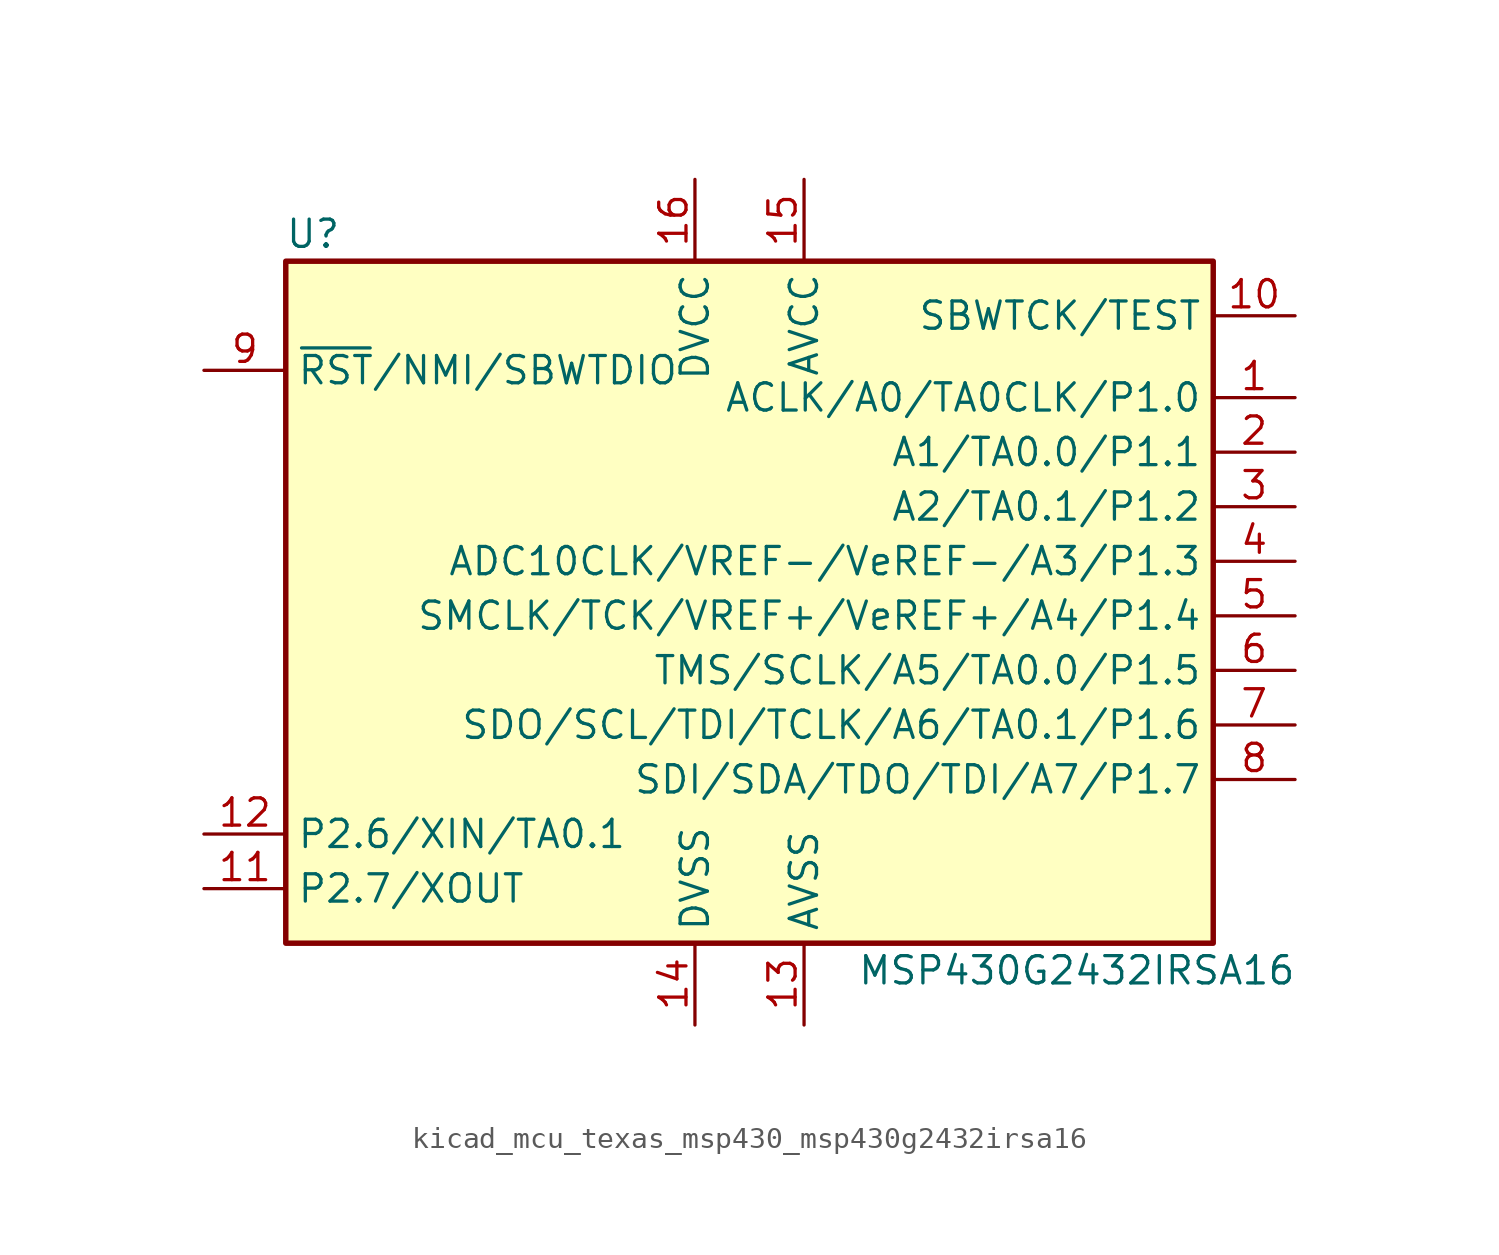
<source format=kicad_sym>
(kicad_symbol_lib
  (version 20220914)
  (generator kicad_symbol_editor)
  (symbol "kicad_mcu_texas_msp430_msp430g2432irsa16"
    (property "Reference" "U"
      (at -20.32 17.78 0)
      (effects (font (size 1.27 1.27))))
    (property "Value" "MSP430G2432IRSA16"
      (at 15.24 -16.51 0)
      (effects (font (size 1.27 1.27))))
    (symbol "kicad_mcu_texas_msp430_msp430g2432irsa16_0_1"
      (rectangle (start -21.59 16.51) (end 21.59 -15.24) (stroke (width 0.254) (type default)) (fill (type background))))
    (symbol "kicad_mcu_texas_msp430_msp430g2432irsa16_1_1"
      (pin bidirectional line (at 25.4 10.16 180) (length 3.81) (name "ACLK/A0/TA0CLK/P1.0" (effects (font (size 1.27 1.27)))) (number "1" (effects (font (size 1.27 1.27)))))
      (pin input line (at 25.4 13.97 180) (length 3.81) (name "SBWTCK/TEST" (effects (font (size 1.27 1.27)))) (number "10" (effects (font (size 1.27 1.27)))))
      (pin bidirectional line (at -25.4 -12.7 0) (length 3.81) (name "P2.7/XOUT" (effects (font (size 1.27 1.27)))) (number "11" (effects (font (size 1.27 1.27)))))
      (pin bidirectional line (at -25.4 -10.16 0) (length 3.81) (name "P2.6/XIN/TA0.1" (effects (font (size 1.27 1.27)))) (number "12" (effects (font (size 1.27 1.27)))))
      (pin power_in line (at 2.54 -19.05 90) (length 3.81) (name "AVSS" (effects (font (size 1.27 1.27)))) (number "13" (effects (font (size 1.27 1.27)))))
      (pin power_in line (at -2.54 -19.05 90) (length 3.81) (name "DVSS" (effects (font (size 1.27 1.27)))) (number "14" (effects (font (size 1.27 1.27)))))
      (pin power_in line (at 2.54 20.32 270) (length 3.81) (name "AVCC" (effects (font (size 1.27 1.27)))) (number "15" (effects (font (size 1.27 1.27)))))
      (pin power_in line (at -2.54 20.32 270) (length 3.81) (name "DVCC" (effects (font (size 1.27 1.27)))) (number "16" (effects (font (size 1.27 1.27)))))
      (pin bidirectional line (at 25.4 7.62 180) (length 3.81) (name "A1/TA0.0/P1.1" (effects (font (size 1.27 1.27)))) (number "2" (effects (font (size 1.27 1.27)))))
      (pin bidirectional line (at 25.4 5.08 180) (length 3.81) (name "A2/TA0.1/P1.2" (effects (font (size 1.27 1.27)))) (number "3" (effects (font (size 1.27 1.27)))))
      (pin bidirectional line (at 25.4 2.54 180) (length 3.81) (name "ADC10CLK/VREF-/VeREF-/A3/P1.3" (effects (font (size 1.27 1.27)))) (number "4" (effects (font (size 1.27 1.27)))))
      (pin bidirectional line (at 25.4 0 180) (length 3.81) (name "SMCLK/TCK/VREF+/VeREF+/A4/P1.4" (effects (font (size 1.27 1.27)))) (number "5" (effects (font (size 1.27 1.27)))))
      (pin bidirectional line (at 25.4 -2.54 180) (length 3.81) (name "TMS/SCLK/A5/TA0.0/P1.5" (effects (font (size 1.27 1.27)))) (number "6" (effects (font (size 1.27 1.27)))))
      (pin bidirectional line (at 25.4 -5.08 180) (length 3.81) (name "SDO/SCL/TDI/TCLK/A6/TA0.1/P1.6" (effects (font (size 1.27 1.27)))) (number "7" (effects (font (size 1.27 1.27)))))
      (pin bidirectional line (at 25.4 -7.62 180) (length 3.81) (name "SDI/SDA/TDO/TDI/A7/P1.7" (effects (font (size 1.27 1.27)))) (number "8" (effects (font (size 1.27 1.27)))))
      (pin input line (at -25.4 11.43 0) (length 3.81) (name "~{RST}/NMI/SBWTDIO" (effects (font (size 1.27 1.27)))) (number "9" (effects (font (size 1.27 1.27))))))))
</source>
